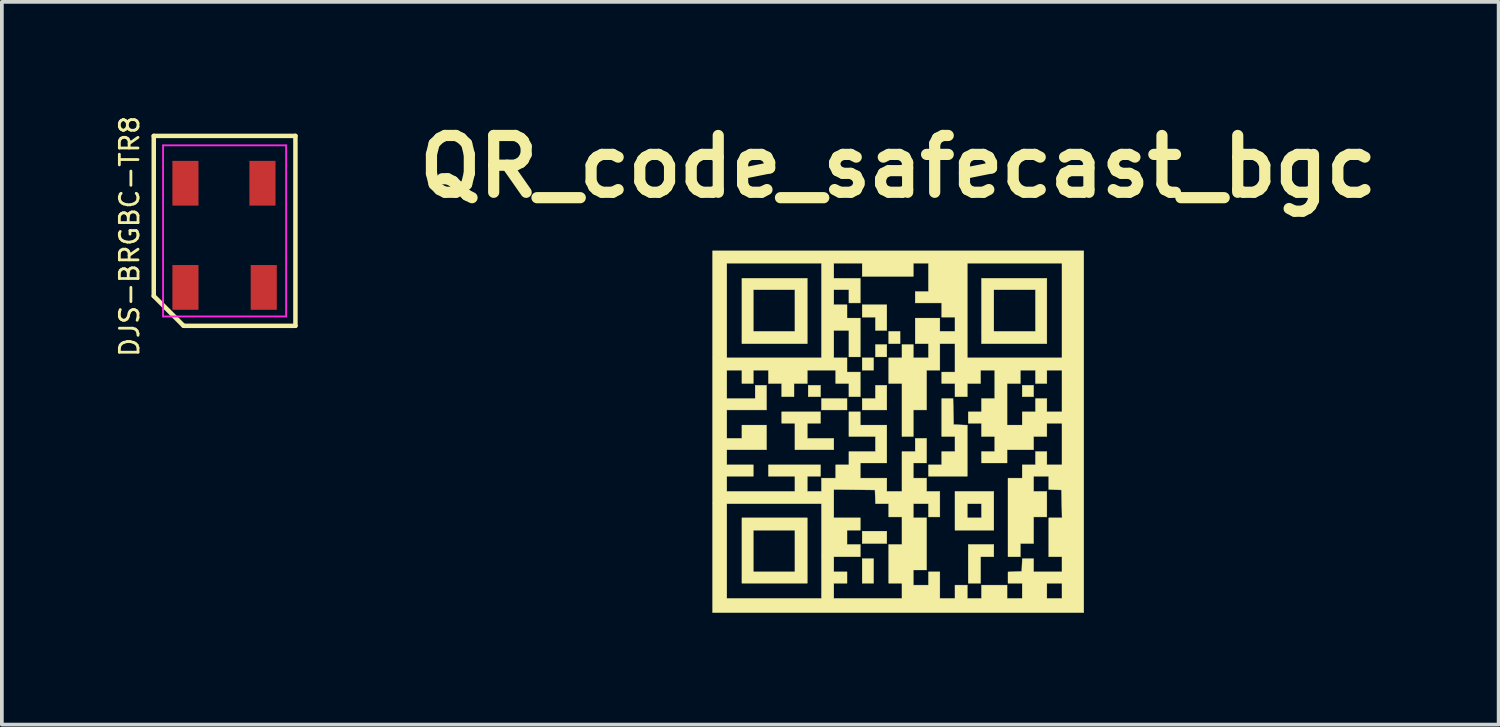
<source format=kicad_pcb>
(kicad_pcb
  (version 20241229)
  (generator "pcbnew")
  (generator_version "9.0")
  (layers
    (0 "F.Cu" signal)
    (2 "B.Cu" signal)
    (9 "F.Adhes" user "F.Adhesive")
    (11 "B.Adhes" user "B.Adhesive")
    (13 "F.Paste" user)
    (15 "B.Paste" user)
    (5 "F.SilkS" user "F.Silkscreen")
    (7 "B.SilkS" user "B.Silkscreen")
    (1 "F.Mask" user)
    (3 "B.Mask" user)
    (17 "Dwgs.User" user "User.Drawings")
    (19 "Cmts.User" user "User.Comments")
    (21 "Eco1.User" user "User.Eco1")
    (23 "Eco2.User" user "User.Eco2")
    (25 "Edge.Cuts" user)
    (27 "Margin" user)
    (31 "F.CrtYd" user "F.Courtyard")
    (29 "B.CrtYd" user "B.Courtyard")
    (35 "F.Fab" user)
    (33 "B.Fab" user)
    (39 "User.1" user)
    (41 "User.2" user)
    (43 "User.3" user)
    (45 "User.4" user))
  (footprint "DJS-BRGBC-TR8"
    (layer "F.Cu")
    (at 2.974 3.389)
    (property "Reference" "DJS-BRGBC-TR8" (at -2.55 -0.1 270) (layer "F.SilkS") (effects (font (size 0.5 0.5) (thickness 0.075))))
    (attr smd)
    (fp_line (start -1.9 -2.794) (end 1.9 -2.794) (stroke (width 0.12) (type solid)) (layer "F.SilkS"))
    (fp_line (start -1.9 1.5) (end -1.9 -2.794) (stroke (width 0.12) (type solid)) (layer "F.SilkS"))
    (fp_line (start -1.1 2.3) (end -1.9 1.5) (stroke (width 0.12) (type solid)) (layer "F.SilkS"))
    (fp_line (start 1.9 -2.794) (end 1.9 2.3) (stroke (width 0.12) (type solid)) (layer "F.SilkS"))
    (fp_line (start 1.9 2.3) (end -1.1 2.3) (stroke (width 0.12) (type solid)) (layer "F.SilkS"))
    (fp_line (start -1.65 -2.54) (end 1.65 -2.54) (stroke (width 0.05) (type solid)) (layer "F.CrtYd"))
    (fp_line (start -1.65 2.05) (end -1.65 -2.54) (stroke (width 0.05) (type solid)) (layer "F.CrtYd"))
    (fp_line (start 1.65 -2.54) (end 1.65 2.05) (stroke (width 0.05) (type solid)) (layer "F.CrtYd"))
    (fp_line (start 1.65 2.05) (end -1.65 2.05) (stroke (width 0.05) (type solid)) (layer "F.CrtYd"))
    (pad "1" smd rect (at -1.05 1.27) (size 0.7 1.2) (layers "F.Cu" "F.Mask" "F.Paste"))
    (pad "2" smd rect (at -1.05 -1.524) (size 0.7 1.2) (layers "F.Cu" "F.Mask" "F.Paste"))
    (pad "3" smd rect (at 1.016 -1.524) (size 0.7 1.2) (layers "F.Cu" "F.Mask" "F.Paste"))
    (pad "4" smd rect (at 1.05 1.27) (size 0.7 1.2) (layers "F.Cu" "F.Mask" "F.Paste")))
  (footprint "QR_code_safecast_bgc"
    (layer "F.Cu")
    (at 21.041 8.53)
    (property "Reference" "QR_code_safecast_bgc" (at 0 -7.112 180) (layer "F.SilkS") (effects (font (size 1.524 1.524) (thickness 0.3))))
    (attr through_hole)
    (fp_poly (pts (xy -2.083 -0.94) (xy -2.413 -0.94) (xy -2.413 -1.245) (xy -2.083 -1.245)) (stroke (width 0.01) (type solid)) (fill yes) (layer "F.SilkS"))
    (fp_poly (pts (xy -1.372 -0.584) (xy -2.057 -0.584) (xy -2.057 -0.889) (xy -1.372 -0.889)) (stroke (width 0.01) (type solid)) (fill yes) (layer "F.SilkS"))
    (fp_poly (pts (xy -0.66 -1.651) (xy -0.965 -1.651) (xy -0.965 -1.981) (xy -0.66 -1.981)) (stroke (width 0.01) (type solid)) (fill yes) (layer "F.SilkS"))
    (fp_poly (pts (xy -0.66 4.064) (xy -0.965 4.064) (xy -0.965 3.404) (xy -0.66 3.404)) (stroke (width 0.01) (type solid)) (fill yes) (layer "F.SilkS"))
    (fp_poly (pts (xy -0.305 -2.007) (xy -0.61 -2.007) (xy -0.61 -2.337) (xy -0.305 -2.337)) (stroke (width 0.01) (type solid)) (fill yes) (layer "F.SilkS"))
    (fp_poly (pts (xy -0.305 2.997) (xy -0.965 2.997) (xy -0.965 2.667) (xy -0.305 2.667)) (stroke (width 0.01) (type solid)) (fill yes) (layer "F.SilkS"))
    (fp_poly (pts (xy 0.051 -2.362) (xy -0.254 -2.362) (xy -0.254 -2.692) (xy 0.051 -2.692)) (stroke (width 0.01) (type solid)) (fill yes) (layer "F.SilkS"))
    (fp_poly (pts (xy 3.632 -0.94) (xy 3.327 -0.94) (xy 3.327 -1.245) (xy 3.632 -1.245)) (stroke (width 0.01) (type solid)) (fill yes) (layer "F.SilkS"))
    (fp_poly (pts (xy -0.305 -2.718) (xy -0.61 -2.718) (xy -0.61 -3.073) (xy -0.965 -3.073) (xy -0.965 -3.404) (xy -0.305 -3.404)) (stroke (width 0.01) (type solid)) (fill yes) (layer "F.SilkS"))
    (fp_poly (pts (xy -0.305 -0.584) (xy -0.965 -0.584) (xy -0.965 -0.889) (xy -0.61 -0.889) (xy -0.61 -1.245) (xy -0.305 -1.245)) (stroke (width 0.01) (type solid)) (fill yes) (layer "F.SilkS"))
    (fp_poly (pts (xy 2.565 3.353) (xy 2.21 3.353) (xy 2.21 4.064) (xy 1.88 4.064) (xy 1.88 3.023) (xy 2.565 3.023)) (stroke (width 0.01) (type solid)) (fill yes) (layer "F.SilkS"))
    (fp_poly (pts (xy -2.083 -0.229) (xy -2.438 -0.229) (xy -2.438 0.178) (xy -1.727 0.178) (xy -1.727 0.483) (xy -2.769 0.483) (xy -2.769 -0.229) (xy -3.124 -0.229) (xy -3.124 -0.533) (xy -2.083 -0.533)) (stroke (width 0.01) (type solid)) (fill yes) (layer "F.SilkS"))
    (fp_poly (pts (xy -2.438 -2.362) (xy -4.191 -2.362) (xy -4.191 -3.81) (xy -3.886 -3.81) (xy -3.886 -2.692) (xy -2.769 -2.692) (xy -2.769 -3.81) (xy -3.886 -3.81) (xy -4.191 -3.81) (xy -4.191 -4.115) (xy -2.438 -4.115)) (stroke (width 0.01) (type solid)) (fill yes) (layer "F.SilkS"))
    (fp_poly (pts (xy -2.438 4.064) (xy -4.191 4.064) (xy -4.191 2.642) (xy -3.886 2.642) (xy -3.886 3.759) (xy -2.769 3.759) (xy -2.769 2.642) (xy -3.886 2.642) (xy -4.191 2.642) (xy -4.191 2.311) (xy -2.438 2.311)) (stroke (width 0.01) (type solid)) (fill yes) (layer "F.SilkS"))
    (fp_poly (pts (xy 2.565 2.642) (xy 1.524 2.642) (xy 1.524 1.93) (xy 1.854 1.93) (xy 1.854 2.311) (xy 2.235 2.311) (xy 2.235 1.93) (xy 1.854 1.93) (xy 1.524 1.93) (xy 1.524 1.6) (xy 2.565 1.6)) (stroke (width 0.01) (type solid)) (fill yes) (layer "F.SilkS"))
    (fp_poly (pts (xy 3.988 -2.362) (xy 2.235 -2.362) (xy 2.235 -3.81) (xy 2.565 -3.81) (xy 2.565 -2.692) (xy 3.683 -2.692) (xy 3.683 -3.81) (xy 2.565 -3.81) (xy 2.235 -3.81) (xy 2.235 -4.115) (xy 3.988 -4.115)) (stroke (width 0.01) (type solid)) (fill yes) (layer "F.SilkS"))
    (fp_poly (pts (xy 1.486 -0.191) (xy 1.67 -0.183) (xy 1.854 -0.176) (xy 1.854 1.194) (xy 0.813 1.194) (xy 0.813 0.889) (xy 1.168 0.889) (xy 1.168 0.533) (xy 1.524 0.533) (xy 1.524 0.127) (xy 1.168 0.127) (xy 1.168 -0.889) (xy 1.472 -0.889)) (stroke (width 0.01) (type solid)) (fill yes) (layer "F.SilkS"))
    (fp_poly (pts (xy 4.978 4.851) (xy -4.978 4.851) (xy -4.978 1.93) (xy -4.597 1.93) (xy -4.597 4.47) (xy -2.057 4.47) (xy -2.057 2.311) (xy -1.727 2.311) (xy -1.016 2.311) (xy -1.016 2.642) (xy -1.372 2.642) (xy -1.372 3.023) (xy -1.016 3.023) (xy -1.016 3.353) (xy -1.727 3.353) (xy -1.727 3.759) (xy -1.372 3.759) (xy -1.372 4.064) (xy -1.727 4.064) (xy -1.727 4.47) (xy 0.102 4.47) (xy 0.102 4.064) (xy -0.254 4.064) (xy -0.254 3.023) (xy 0.102 3.023) (xy 0.102 2.286) (xy -0.254 2.286) (xy -0.254 1.93) (xy -0.607 1.93) (xy -0.615 1.746) (xy -0.622 1.562) (xy -1.175 1.555) (xy -1.727 1.548) (xy -1.727 2.311) (xy -2.057 2.311) (xy -2.057 1.93) (xy -4.597 1.93) (xy -4.978 1.93) (xy -4.978 -1.651) (xy -4.597 -1.651) (xy -4.597 -0.889) (xy -3.835 -0.889) (xy -3.835 -1.245) (xy -3.531 -1.245) (xy -3.531 -0.584) (xy -4.597 -0.584) (xy -4.597 0.178) (xy -4.191 0.178) (xy -4.191 -0.178) (xy -3.531 -0.178) (xy -3.531 0.483) (xy -4.597 0.483) (xy -4.597 0.889) (xy -3.886 0.889) (xy -3.886 1.194) (xy -4.597 1.194) (xy -4.597 1.6) (xy -2.769 1.6) (xy -2.769 1.194) (xy -3.48 1.194) (xy -3.48 0.889) (xy -2.083 0.889) (xy -2.083 1.194) (xy -2.438 1.194) (xy -2.438 1.6) (xy -2.057 1.6) (xy -2.057 1.245) (xy -1.676 1.245) (xy -1.676 0.889) (xy -1.321 0.889) (xy -1.321 0.533) (xy -0.61 0.533) (xy -0.61 0.127) (xy -1.321 0.127) (xy -1.321 -0.533) (xy -1.016 -0.533) (xy -1.016 -0.178) (xy -0.305 -0.178) (xy -0.305 0.838) (xy -1.016 0.838) (xy -1.016 1.245) (xy -0.305 1.245) (xy -0.305 1.6) (xy 0.102 1.6) (xy 0.102 0.533) (xy 0.457 0.533) (xy 0.457 0.178) (xy 0.762 0.178) (xy 0.762 0.838) (xy 0.406 0.838) (xy 0.406 1.245) (xy 0.762 1.245) (xy 0.762 1.6) (xy 1.118 1.6) (xy 1.118 2.286) (xy 0.813 2.286) (xy 0.813 1.93) (xy 0.406 1.93) (xy 0.406 2.311) (xy 0.762 2.311) (xy 0.762 3.708) (xy 0.406 3.708) (xy 0.406 4.115) (xy 0.813 4.115) (xy 0.813 3.759) (xy 1.118 3.759) (xy 1.118 4.47) (xy 1.524 4.47) (xy 1.524 4.115) (xy 1.854 4.115) (xy 1.854 4.47) (xy 2.235 4.47) (xy 2.235 4.115) (xy 2.921 4.115) (xy 2.921 4.47) (xy 3.327 4.47) (xy 3.327 4.064) (xy 3.988 4.064) (xy 3.988 4.47) (xy 4.394 4.47) (xy 4.394 4.064) (xy 3.988 4.064) (xy 3.327 4.064) (xy 2.946 4.064) (xy 2.946 3.761) (xy 3.131 3.754) (xy 3.315 3.747) (xy 3.322 3.575) (xy 3.33 3.404) (xy 3.632 3.404) (xy 3.632 3.759) (xy 4.394 3.759) (xy 4.394 3.353) (xy 4.039 3.353) (xy 4.039 2.311) (xy 4.396 2.311) (xy 4.381 1.562) (xy 4.039 1.547) (xy 4.039 1.194) (xy 3.632 1.194) (xy 3.632 1.6) (xy 3.988 1.6) (xy 3.988 2.286) (xy 3.632 2.286) (xy 3.632 2.997) (xy 3.277 2.997) (xy 3.277 3.353) (xy 2.946 3.353) (xy 2.946 1.245) (xy 3.327 1.245) (xy 3.327 0.889) (xy 3.683 0.889) (xy 3.683 0.533) (xy 3.988 0.533) (xy 3.988 0.889) (xy 4.394 0.889) (xy 4.394 -0.229) (xy 3.988 -0.229) (xy 3.988 0.127) (xy 3.632 0.127) (xy 3.632 0.483) (xy 2.921 0.483) (xy 2.921 0.838) (xy 2.235 0.838) (xy 2.235 0.533) (xy 2.591 0.533) (xy 2.591 0.127) (xy 2.235 0.127) (xy 2.235 -0.229) (xy 1.88 -0.229) (xy 1.88 -0.533) (xy 2.235 -0.533) (xy 2.235 -0.889) (xy 2.591 -0.889) (xy 2.591 -1.295) (xy 2.921 -1.295) (xy 2.921 -0.178) (xy 3.327 -0.178) (xy 3.327 -0.533) (xy 3.683 -0.533) (xy 3.683 -0.889) (xy 3.988 -0.889) (xy 3.988 -0.533) (xy 4.394 -0.533) (xy 4.394 -1.651) (xy 3.988 -1.651) (xy 3.988 -1.295) (xy 3.683 -1.295) (xy 3.683 -1.651) (xy 3.277 -1.651) (xy 3.277 -1.295) (xy 2.921 -1.295) (xy 2.591 -1.295) (xy 2.591 -1.651) (xy 2.21 -1.651) (xy 2.21 -1.295) (xy 1.854 -1.295) (xy 1.854 -0.94) (xy 1.524 -0.94) (xy 1.524 -1.295) (xy 1.168 -1.295) (xy 1.168 -1.6) (xy 1.524 -1.6) (xy 1.524 -2.362) (xy 1.118 -2.362) (xy 1.118 -1.651) (xy 0.762 -1.651) (xy 0.762 -0.584) (xy 0.406 -0.584) (xy 0.406 0.127) (xy 0.102 0.127) (xy 0.102 -1.295) (xy -0.254 -1.295) (xy -0.254 -1.981) (xy 0.102 -1.981) (xy 0.102 -2.337) (xy 0.406 -2.337) (xy 0.406 -1.981) (xy 0.813 -1.981) (xy 0.813 -2.362) (xy 0.457 -2.362) (xy 0.457 -3.048) (xy 1.118 -3.048) (xy 1.118 -2.692) (xy 1.524 -2.692) (xy 1.524 -3.073) (xy 1.168 -3.073) (xy 1.168 -3.454) (xy 0.457 -3.454) (xy 0.457 -3.759) (xy 0.813 -3.759) (xy 0.813 -4.521) (xy 1.854 -4.521) (xy 1.854 -1.981) (xy 4.394 -1.981) (xy 4.394 -4.521) (xy 1.854 -4.521) (xy 0.813 -4.521) (xy 0.406 -4.521) (xy 0.406 -4.166) (xy -0.965 -4.166) (xy -0.965 -4.521) (xy -1.727 -4.521) (xy -1.727 -4.115) (xy -1.016 -4.115) (xy -1.016 -3.454) (xy -1.321 -3.454) (xy -1.321 -3.81) (xy -1.727 -3.81) (xy -1.727 -3.404) (xy -1.372 -3.404) (xy -1.372 -3.048) (xy -1.016 -3.048) (xy -1.016 -2.007) (xy -1.321 -2.007) (xy -1.321 -2.718) (xy -1.727 -2.718) (xy -1.727 -1.981) (xy -1.372 -1.981) (xy -1.372 -1.6) (xy -1.016 -1.6) (xy -1.016 -0.94) (xy -1.321 -0.94) (xy -1.321 -1.295) (xy -1.676 -1.295) (xy -1.676 -1.651) (xy -2.438 -1.651) (xy -2.438 -1.295) (xy -2.794 -1.295) (xy -2.794 -0.94) (xy -3.124 -0.94) (xy -3.124 -1.295) (xy -3.48 -1.295) (xy -3.48 -1.651) (xy -3.886 -1.651) (xy -3.886 -1.295) (xy -4.191 -1.295) (xy -4.191 -1.651) (xy -4.597 -1.651) (xy -4.978 -1.651) (xy -4.978 -4.521) (xy -4.597 -4.521) (xy -4.597 -1.981) (xy -2.057 -1.981) (xy -2.057 -4.521) (xy -4.597 -4.521) (xy -4.978 -4.521) (xy -4.978 -4.851) (xy 4.978 -4.851)) (stroke (width 0.01) (type solid)) (fill yes) (layer "F.SilkS")))
  (gr_rect
    (start -3 -3)
    (end 37.147 16.386)
    (stroke (width 0.1) (type default))
    (fill no)
    (layer "Edge.Cuts")))
</source>
